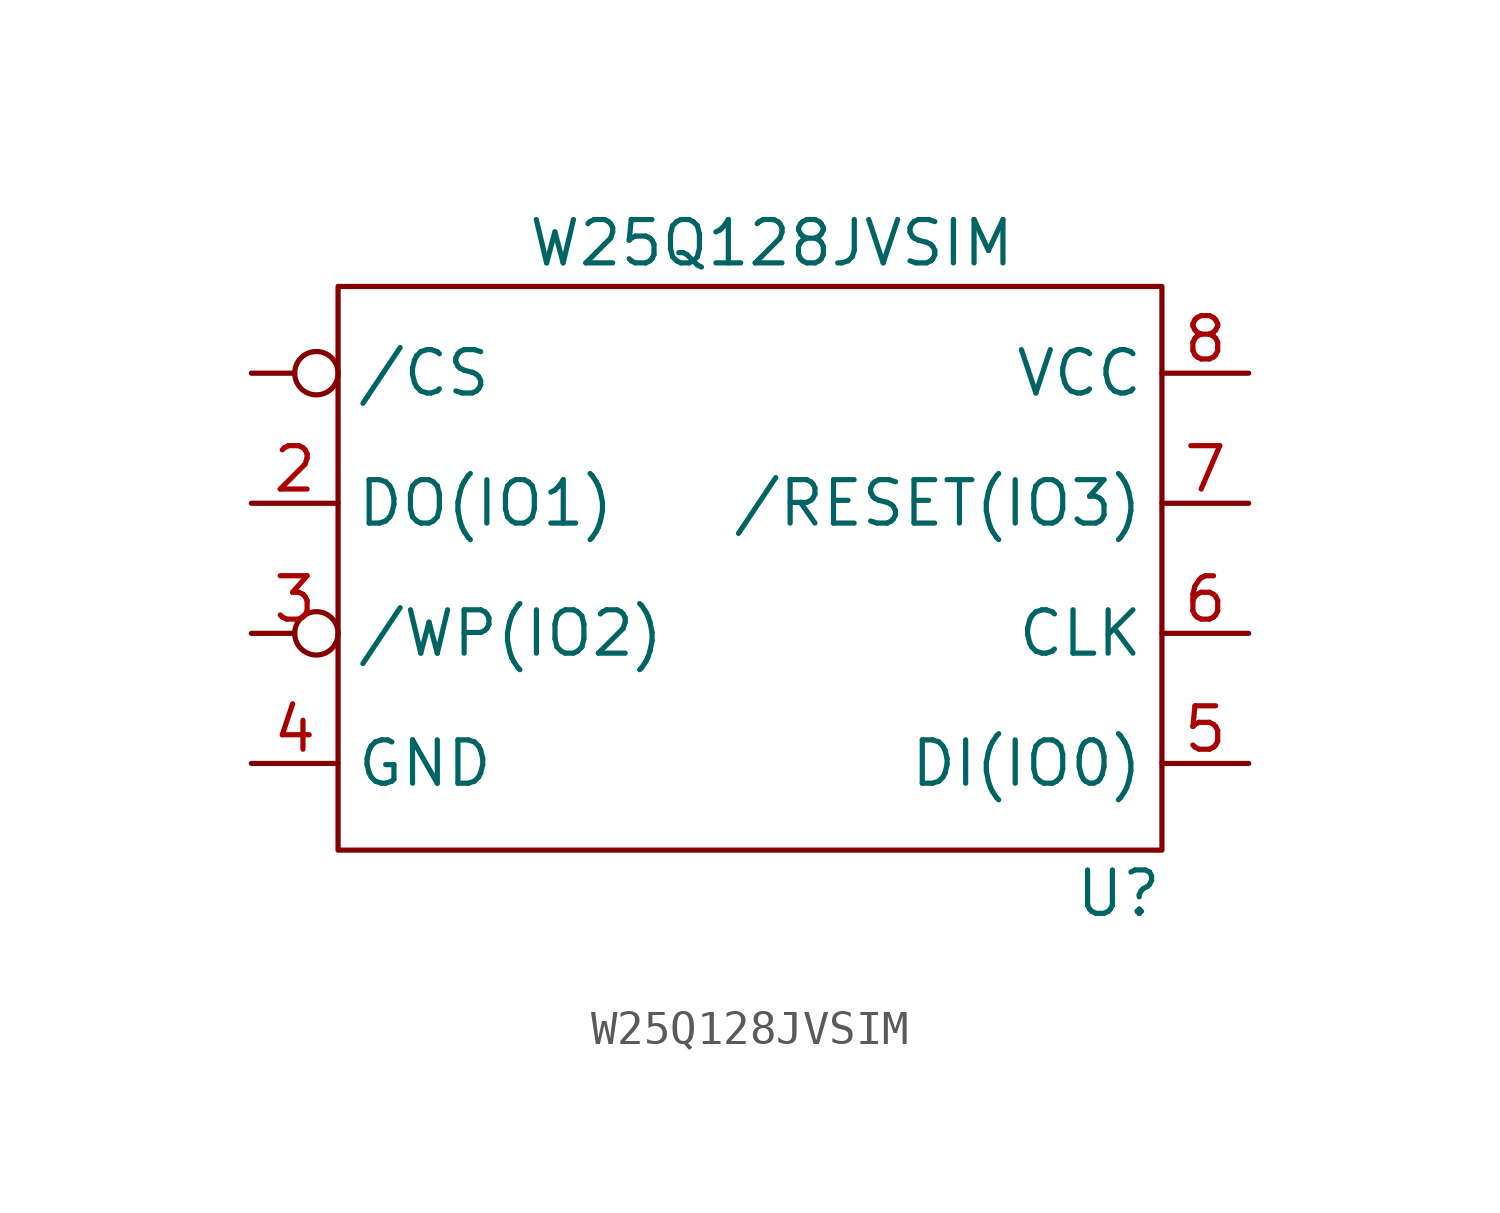
<source format=kicad_sym>
(kicad_symbol_lib
  (version 20211014)
  (generator kicad_symbol_editor)
  (symbol "W25Q128JVSIM"
    (property "Reference" "U"
      (at 10.16 -5.08 0)
      (effects (font (size 1.27 1.27))))
    (property "Value" "W25Q128JVSIM"
      (at 0 13.97 0)
      (effects (font (size 1.27 1.27))))
    (symbol "W25Q128JVSIM_0_1"
      (rectangle (start -12.7 12.7) (end 11.43 -3.81) (stroke (width 0) (type default) (color 0 0 0 0)) (fill (type none))))
    (symbol "W25Q128JVSIM_1_1"
      (pin input inverted (at -15.24 10.16 0) (length 2.54) (name "/CS" (effects (font (size 1.27 1.27)))) (number "" (effects (font (size 1.27 1.27)))))
      (pin bidirectional line (at -15.24 6.35 0) (length 2.54) (name "DO(IO1)" (effects (font (size 1.27 1.27)))) (number "2" (effects (font (size 1.27 1.27)))))
      (pin bidirectional inverted (at -15.24 2.54 0) (length 2.54) (name "/WP(IO2)" (effects (font (size 1.27 1.27)))) (number "3" (effects (font (size 1.27 1.27)))))
      (pin power_in line (at -15.24 -1.27 0) (length 2.54) (name "GND" (effects (font (size 1.27 1.27)))) (number "4" (effects (font (size 1.27 1.27)))))
      (pin bidirectional line (at 13.97 -1.27 180) (length 2.54) (name "DI(IO0)" (effects (font (size 1.27 1.27)))) (number "5" (effects (font (size 1.27 1.27)))))
      (pin input line (at 13.97 2.54 180) (length 2.54) (name "CLK" (effects (font (size 1.27 1.27)))) (number "6" (effects (font (size 1.27 1.27)))))
      (pin bidirectional line (at 13.97 6.35 180) (length 2.54) (name "/RESET(IO3)" (effects (font (size 1.27 1.27)))) (number "7" (effects (font (size 1.27 1.27)))))
      (pin power_in line (at 13.97 10.16 180) (length 2.54) (name "VCC" (effects (font (size 1.27 1.27)))) (number "8" (effects (font (size 1.27 1.27))))))))
</source>
